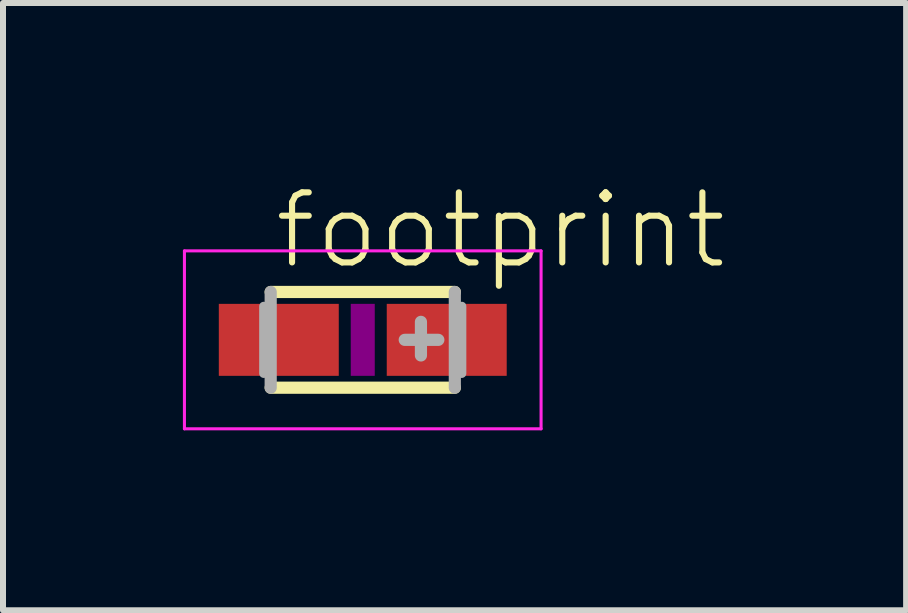
<source format=kicad_pcb>
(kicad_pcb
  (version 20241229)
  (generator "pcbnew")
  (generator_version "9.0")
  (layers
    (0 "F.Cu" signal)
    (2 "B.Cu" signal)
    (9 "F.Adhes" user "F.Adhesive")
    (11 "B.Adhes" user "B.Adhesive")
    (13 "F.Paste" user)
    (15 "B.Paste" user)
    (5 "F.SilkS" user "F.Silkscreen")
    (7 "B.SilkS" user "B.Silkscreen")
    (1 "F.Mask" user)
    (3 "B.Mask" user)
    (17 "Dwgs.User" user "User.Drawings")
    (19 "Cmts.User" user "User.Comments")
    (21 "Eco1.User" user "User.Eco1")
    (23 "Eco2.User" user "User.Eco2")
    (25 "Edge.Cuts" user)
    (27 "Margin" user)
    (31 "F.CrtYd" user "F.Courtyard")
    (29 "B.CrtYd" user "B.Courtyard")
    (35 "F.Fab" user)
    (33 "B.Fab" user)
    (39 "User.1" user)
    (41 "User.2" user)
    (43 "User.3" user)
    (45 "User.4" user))
  (footprint "footprint"
    (layer "F.Cu")
    (at 2.998 2.616)
    (property "Reference" "footprint" (at -1.524 -1.143 0) (layer "F.SilkS") (effects (font (size 1.168 1.168) (thickness 0.102)) (justify left bottom)))
    (fp_line (start -1.535 0.798) (end 1.535 0.798) (stroke (width 0.203) (type solid)) (layer "F.SilkS"))
    (fp_line (start 1.535 -0.798) (end -1.535 -0.798) (stroke (width 0.203) (type solid)) (layer "F.SilkS"))
    (fp_poly (pts (xy -0.2 0.6) (xy 0.2 0.6) (xy 0.2 -0.6) (xy -0.2 -0.6)) (stroke (width 0) (type solid)) (fill yes) (layer "F.Adhes"))
    (fp_line (start -2.973 -1.483) (end 2.973 -1.483) (stroke (width 0.051) (type solid)) (layer "F.CrtYd"))
    (fp_line (start -2.973 1.483) (end -2.973 -1.483) (stroke (width 0.051) (type solid)) (layer "F.CrtYd"))
    (fp_line (start 2.973 -1.483) (end 2.973 1.483) (stroke (width 0.051) (type solid)) (layer "F.CrtYd"))
    (fp_line (start 2.973 1.483) (end -2.973 1.483) (stroke (width 0.051) (type solid)) (layer "F.CrtYd"))
    (fp_line (start -1.651 0.559) (end -1.651 -0.559) (stroke (width 0.152) (type solid)) (layer "F.Fab"))
    (fp_line (start -1.535 -0.798) (end -1.535 0.798) (stroke (width 0.203) (type solid)) (layer "F.Fab"))
    (fp_line (start 0.7 0) (end 1.26 0) (stroke (width 0.203) (type solid)) (layer "F.Fab"))
    (fp_line (start 0.97 0.26) (end 0.97 -0.3) (stroke (width 0.203) (type solid)) (layer "F.Fab"))
    (fp_line (start 1.535 0.798) (end 1.535 -0.798) (stroke (width 0.203) (type solid)) (layer "F.Fab"))
    (fp_line (start 1.651 0.559) (end 1.651 -0.559) (stroke (width 0.152) (type solid)) (layer "F.Fab"))
    (pad "+" smd rect (at 1.4 0) (size 2 1.2) (layers "F.Cu" "F.Mask" "F.Paste"))
    (pad "-" smd rect (at -1.4 0) (size 2 1.2) (layers "F.Cu" "F.Mask" "F.Paste")))
  (gr_rect
    (start -3 -3)
    (end 12.057 7.125)
    (stroke (width 0.1) (type default))
    (fill no)
    (layer "Edge.Cuts")))
</source>
